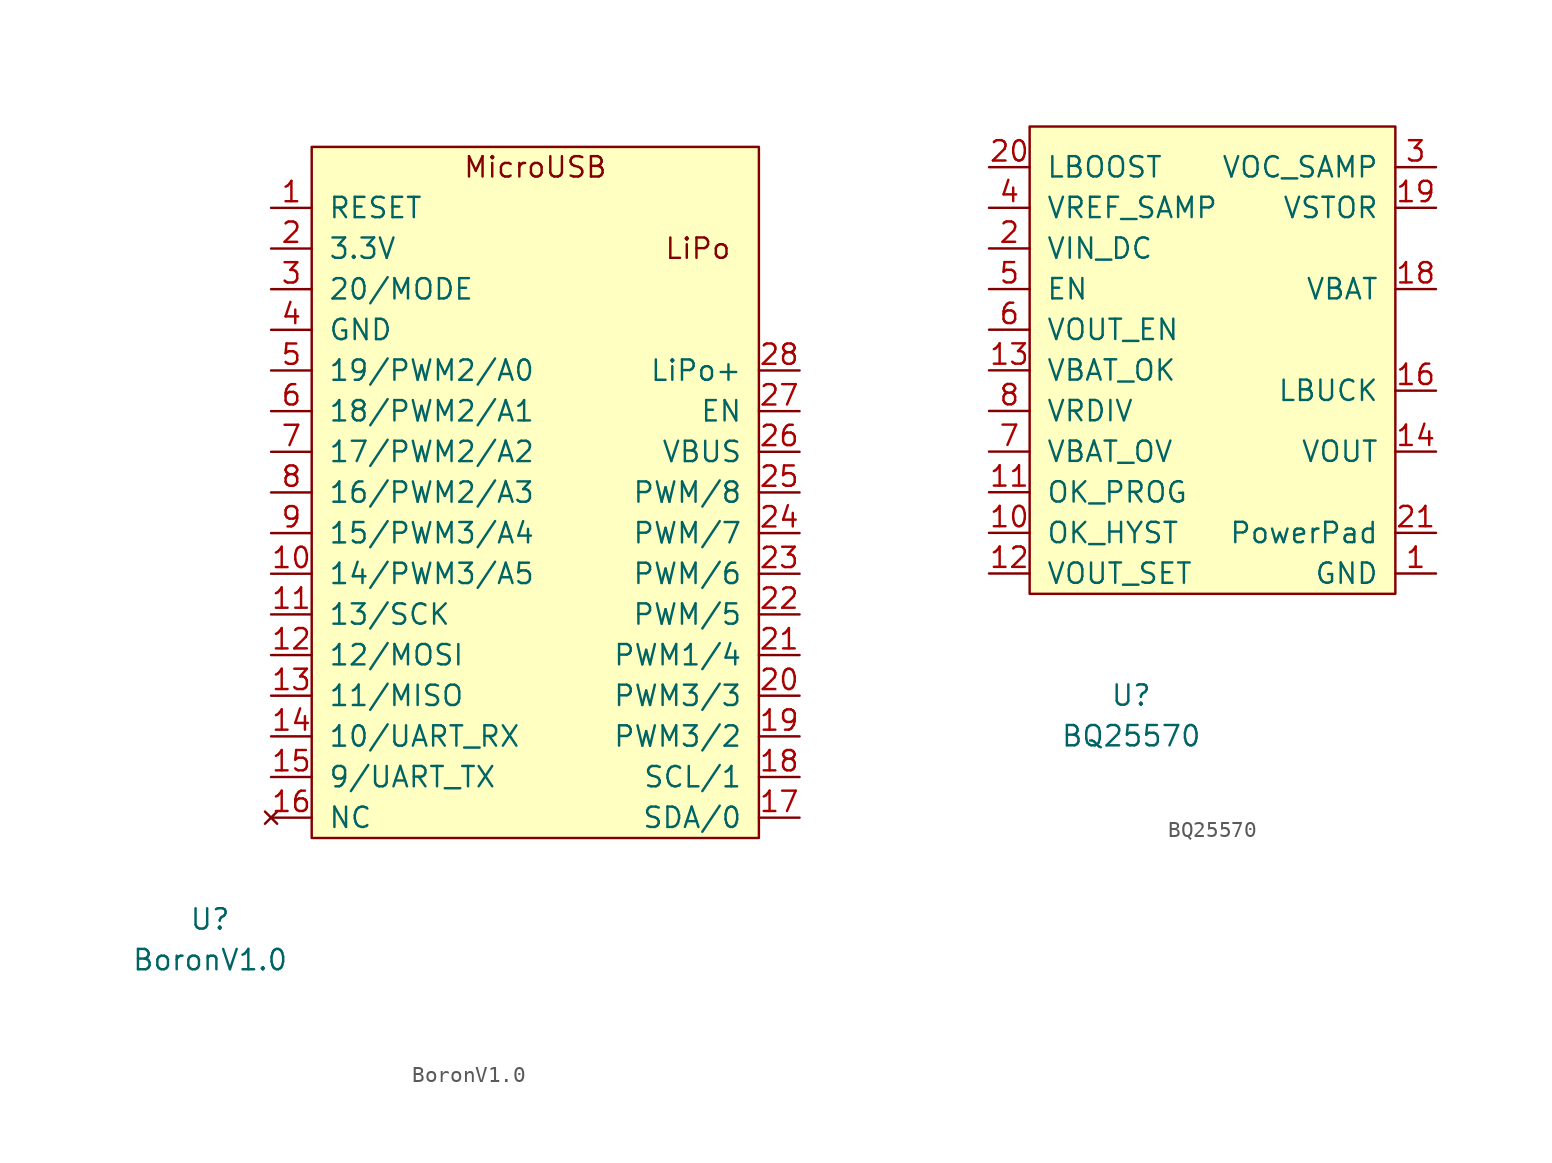
<source format=kicad_sym>
(kicad_symbol_lib
  (version 20211014)
  (generator kicad_symbol_editor)
  (symbol "BoronV1.0"
    (pin_names
      (offset 1.016))
    (property "Reference" "U"
      (at -6.35 -5.08 0)
      (effects (font (size 1.27 1.27))))
    (property "Value" "BoronV1.0"
      (at -6.35 -7.62 0)
      (effects (font (size 1.27 1.27))))
    (symbol "BoronV1.0_0_0"
      (text "LiPo" (at 24.13 36.83 0) (effects (font (size 1.27 1.27))))
      (text "MicroUSB" (at 13.97 41.91 0) (effects (font (size 1.27 1.27)))))
    (symbol "BoronV1.0_0_1"
      (rectangle (start 0 0) (end 27.94 43.18) (stroke (width 0) (type default) (color 0 0 0 0)) (fill (type background))))
    (symbol "BoronV1.0_1_1"
      (pin input line (at -2.54 39.37 0) (length 2.54) (name "RESET" (effects (font (size 1.27 1.27)))) (number "1" (effects (font (size 1.27 1.27)))))
      (pin input line (at -2.54 16.51 0) (length 2.54) (name "14/PWM3/A5" (effects (font (size 1.27 1.27)))) (number "10" (effects (font (size 1.27 1.27)))))
      (pin input line (at -2.54 13.97 0) (length 2.54) (name "13/SCK" (effects (font (size 1.27 1.27)))) (number "11" (effects (font (size 1.27 1.27)))))
      (pin input line (at -2.54 11.43 0) (length 2.54) (name "12/MOSI" (effects (font (size 1.27 1.27)))) (number "12" (effects (font (size 1.27 1.27)))))
      (pin input line (at -2.54 8.89 0) (length 2.54) (name "11/MISO" (effects (font (size 1.27 1.27)))) (number "13" (effects (font (size 1.27 1.27)))))
      (pin input line (at -2.54 6.35 0) (length 2.54) (name "10/UART_RX" (effects (font (size 1.27 1.27)))) (number "14" (effects (font (size 1.27 1.27)))))
      (pin input line (at -2.54 3.81 0) (length 2.54) (name "9/UART_TX" (effects (font (size 1.27 1.27)))) (number "15" (effects (font (size 1.27 1.27)))))
      (pin no_connect line (at -2.54 1.27 0) (length 2.54) (name "NC" (effects (font (size 1.27 1.27)))) (number "16" (effects (font (size 1.27 1.27)))))
      (pin input line (at 30.48 1.27 180) (length 2.54) (name "SDA/0" (effects (font (size 1.27 1.27)))) (number "17" (effects (font (size 1.27 1.27)))))
      (pin input line (at 30.48 3.81 180) (length 2.54) (name "SCL/1" (effects (font (size 1.27 1.27)))) (number "18" (effects (font (size 1.27 1.27)))))
      (pin input line (at 30.48 6.35 180) (length 2.54) (name "PWM3/2" (effects (font (size 1.27 1.27)))) (number "19" (effects (font (size 1.27 1.27)))))
      (pin input line (at -2.54 36.83 0) (length 2.54) (name "3.3V" (effects (font (size 1.27 1.27)))) (number "2" (effects (font (size 1.27 1.27)))))
      (pin input line (at 30.48 8.89 180) (length 2.54) (name "PWM3/3" (effects (font (size 1.27 1.27)))) (number "20" (effects (font (size 1.27 1.27)))))
      (pin input line (at 30.48 11.43 180) (length 2.54) (name "PWM1/4" (effects (font (size 1.27 1.27)))) (number "21" (effects (font (size 1.27 1.27)))))
      (pin input line (at 30.48 13.97 180) (length 2.54) (name "PWM/5" (effects (font (size 1.27 1.27)))) (number "22" (effects (font (size 1.27 1.27)))))
      (pin input line (at 30.48 16.51 180) (length 2.54) (name "PWM/6" (effects (font (size 1.27 1.27)))) (number "23" (effects (font (size 1.27 1.27)))))
      (pin input line (at 30.48 19.05 180) (length 2.54) (name "PWM/7" (effects (font (size 1.27 1.27)))) (number "24" (effects (font (size 1.27 1.27)))))
      (pin input line (at 30.48 21.59 180) (length 2.54) (name "PWM/8" (effects (font (size 1.27 1.27)))) (number "25" (effects (font (size 1.27 1.27)))))
      (pin input line (at 30.48 24.13 180) (length 2.54) (name "VBUS" (effects (font (size 1.27 1.27)))) (number "26" (effects (font (size 1.27 1.27)))))
      (pin input line (at 30.48 26.67 180) (length 2.54) (name "EN" (effects (font (size 1.27 1.27)))) (number "27" (effects (font (size 1.27 1.27)))))
      (pin output line (at 30.48 29.21 180) (length 2.54) (name "LiPo+" (effects (font (size 1.27 1.27)))) (number "28" (effects (font (size 1.27 1.27)))))
      (pin input line (at -2.54 34.29 0) (length 2.54) (name "20/MODE" (effects (font (size 1.27 1.27)))) (number "3" (effects (font (size 1.27 1.27)))))
      (pin input line (at -2.54 31.75 0) (length 2.54) (name "GND" (effects (font (size 1.27 1.27)))) (number "4" (effects (font (size 1.27 1.27)))))
      (pin input line (at -2.54 29.21 0) (length 2.54) (name "19/PWM2/A0" (effects (font (size 1.27 1.27)))) (number "5" (effects (font (size 1.27 1.27)))))
      (pin input line (at -2.54 26.67 0) (length 2.54) (name "18/PWM2/A1" (effects (font (size 1.27 1.27)))) (number "6" (effects (font (size 1.27 1.27)))))
      (pin input line (at -2.54 24.13 0) (length 2.54) (name "17/PWM2/A2" (effects (font (size 1.27 1.27)))) (number "7" (effects (font (size 1.27 1.27)))))
      (pin input line (at -2.54 21.59 0) (length 2.54) (name "16/PWM2/A3" (effects (font (size 1.27 1.27)))) (number "8" (effects (font (size 1.27 1.27)))))
      (pin input line (at -2.54 19.05 0) (length 2.54) (name "15/PWM3/A4" (effects (font (size 1.27 1.27)))) (number "9" (effects (font (size 1.27 1.27)))))))
  (symbol "BQ25570"
    (pin_names
      (offset 1.016))
    (property "Reference" "U"
      (at 6.35 -6.35 0)
      (effects (font (size 1.27 1.27))))
    (property "Value" "BQ25570"
      (at 6.35 -8.89 0)
      (effects (font (size 1.27 1.27))))
    (symbol "BQ25570_0_1"
      (rectangle (start 0 0) (end 22.86 29.21) (stroke (width 0) (type default) (color 0 0 0 0)) (fill (type background))))
    (symbol "BQ25570_1_1"
      (pin input line (at 25.4 1.27 180) (length 2.54) (name "GND" (effects (font (size 1.27 1.27)))) (number "1" (effects (font (size 1.27 1.27)))))
      (pin input line (at -2.54 3.81 0) (length 2.54) (name "OK_HYST" (effects (font (size 1.27 1.27)))) (number "10" (effects (font (size 1.27 1.27)))))
      (pin input line (at -2.54 6.35 0) (length 2.54) (name "OK_PROG" (effects (font (size 1.27 1.27)))) (number "11" (effects (font (size 1.27 1.27)))))
      (pin input line (at -2.54 1.27 0) (length 2.54) (name "VOUT_SET" (effects (font (size 1.27 1.27)))) (number "12" (effects (font (size 1.27 1.27)))))
      (pin output line (at -2.54 13.97 0) (length 2.54) (name "VBAT_OK" (effects (font (size 1.27 1.27)))) (number "13" (effects (font (size 1.27 1.27)))))
      (pin output line (at 25.4 8.89 180) (length 2.54) (name "VOUT" (effects (font (size 1.27 1.27)))) (number "14" (effects (font (size 1.27 1.27)))))
      (pin input line (at 25.4 1.27 180) (length 2.54) hide (name "GND" (effects (font (size 1.27 1.27)))) (number "15" (effects (font (size 1.27 1.27)))))
      (pin bidirectional line (at 25.4 12.7 180) (length 2.54) (name "LBUCK" (effects (font (size 1.27 1.27)))) (number "16" (effects (font (size 1.27 1.27)))))
      (pin input line (at 25.4 1.27 180) (length 2.54) hide (name "GND" (effects (font (size 1.27 1.27)))) (number "17" (effects (font (size 1.27 1.27)))))
      (pin bidirectional line (at 25.4 19.05 180) (length 2.54) (name "VBAT" (effects (font (size 1.27 1.27)))) (number "18" (effects (font (size 1.27 1.27)))))
      (pin output line (at 25.4 24.13 180) (length 2.54) (name "VSTOR" (effects (font (size 1.27 1.27)))) (number "19" (effects (font (size 1.27 1.27)))))
      (pin input line (at -2.54 21.59 0) (length 2.54) (name "VIN_DC" (effects (font (size 1.27 1.27)))) (number "2" (effects (font (size 1.27 1.27)))))
      (pin bidirectional line (at -2.54 26.67 0) (length 2.54) (name "LBOOST" (effects (font (size 1.27 1.27)))) (number "20" (effects (font (size 1.27 1.27)))))
      (pin input line (at 25.4 3.81 180) (length 2.54) (name "PowerPad" (effects (font (size 1.27 1.27)))) (number "21" (effects (font (size 1.27 1.27)))))
      (pin input line (at 25.4 26.67 180) (length 2.54) (name "VOC_SAMP" (effects (font (size 1.27 1.27)))) (number "3" (effects (font (size 1.27 1.27)))))
      (pin input line (at -2.54 24.13 0) (length 2.54) (name "VREF_SAMP" (effects (font (size 1.27 1.27)))) (number "4" (effects (font (size 1.27 1.27)))))
      (pin input line (at -2.54 19.05 0) (length 2.54) (name "EN" (effects (font (size 1.27 1.27)))) (number "5" (effects (font (size 1.27 1.27)))))
      (pin input line (at -2.54 16.51 0) (length 2.54) (name "VOUT_EN" (effects (font (size 1.27 1.27)))) (number "6" (effects (font (size 1.27 1.27)))))
      (pin input line (at -2.54 8.89 0) (length 2.54) (name "VBAT_OV" (effects (font (size 1.27 1.27)))) (number "7" (effects (font (size 1.27 1.27)))))
      (pin output line (at -2.54 11.43 0) (length 2.54) (name "VRDIV" (effects (font (size 1.27 1.27)))) (number "8" (effects (font (size 1.27 1.27)))))
      (pin input line (at 25.4 1.27 180) (length 2.54) hide (name "GND" (effects (font (size 1.27 1.27)))) (number "9" (effects (font (size 1.27 1.27))))))))
</source>
